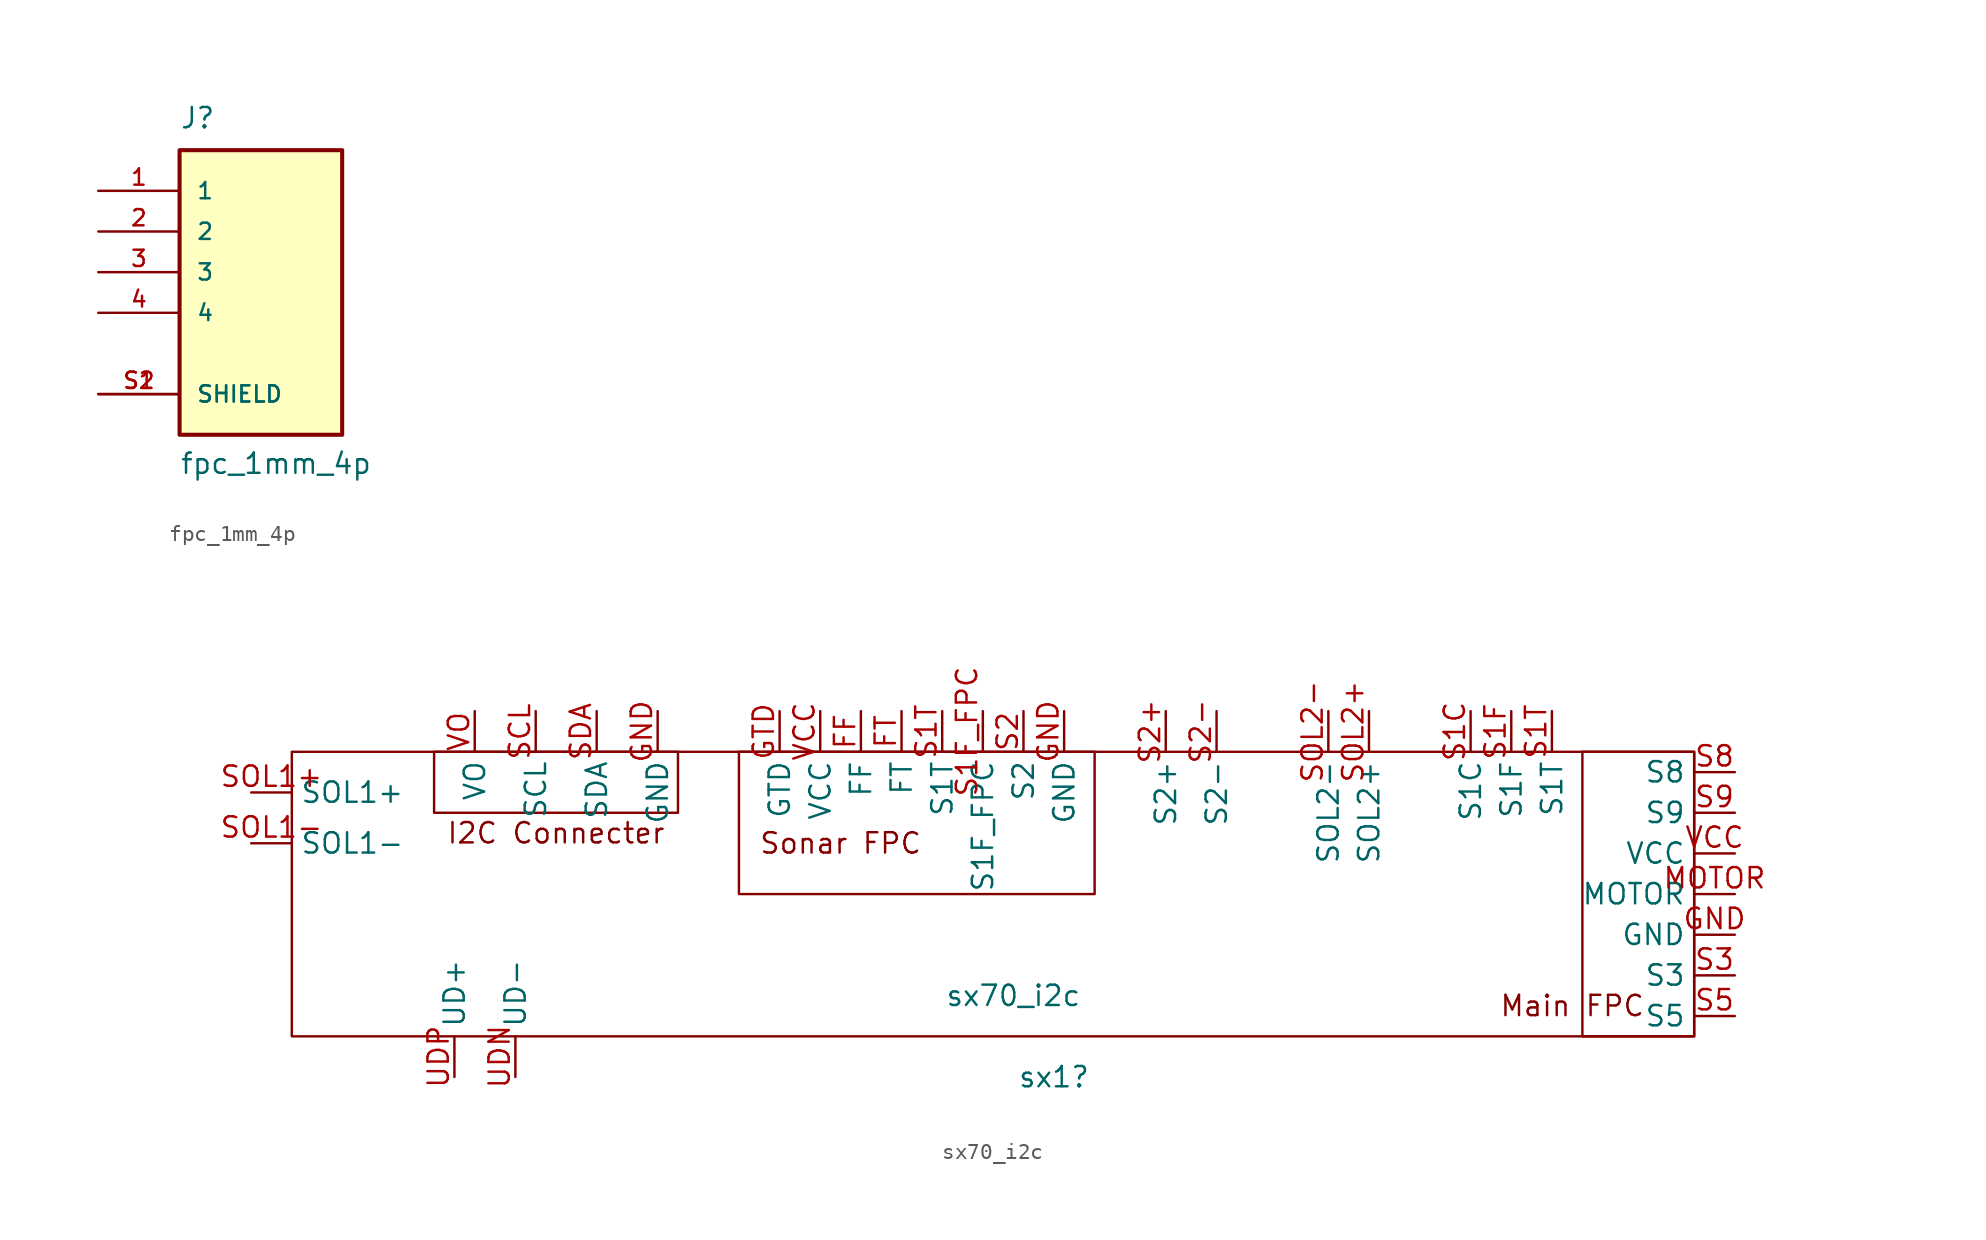
<source format=kicad_sym>
(kicad_symbol_lib
  (version 20220914)
  (generator kicad_symbol_editor)
  (symbol "fpc_1mm_4p"
    (pin_names
      (offset 1.016))
    (property "Reference" "J"
      (at -5.08 8.89 0)
      (effects (font (size 1.27 1.27)) (justify left bottom)))
    (property "Value" "fpc_1mm_4p"
      (at -5.08 -12.7 0)
      (effects (font (size 1.27 1.27)) (justify left bottom)))
    (symbol "fpc_1mm_4p_0_0"
      (rectangle (start -5.08 -10.16) (end 5.08 7.62) (stroke (width 0.254) (type default)) (fill (type background)))
      (pin passive line (at -10.16 5.08 0) (length 5.08) (name "1" (effects (font (size 1.016 1.016)))) (number "1" (effects (font (size 1.016 1.016)))))
      (pin passive line (at -10.16 2.54 0) (length 5.08) (name "2" (effects (font (size 1.016 1.016)))) (number "2" (effects (font (size 1.016 1.016)))))
      (pin passive line (at -10.16 0 0) (length 5.08) (name "3" (effects (font (size 1.016 1.016)))) (number "3" (effects (font (size 1.016 1.016)))))
      (pin passive line (at -10.16 -2.54 0) (length 5.08) (name "4" (effects (font (size 1.016 1.016)))) (number "4" (effects (font (size 1.016 1.016)))))
      (pin passive line (at -10.16 -7.62 0) (length 5.08) (name "SHIELD" (effects (font (size 1.016 1.016)))) (number "S1" (effects (font (size 1.016 1.016)))))
      (pin passive line (at -10.16 -7.62 0) (length 5.08) (name "SHIELD" (effects (font (size 1.016 1.016)))) (number "S2" (effects (font (size 1.016 1.016)))))))
  (symbol "sx70_i2c"
    (property "Reference" "sx1"
      (at 3.175 -13.97 0)
      (effects (font (size 1.27 1.27))))
    (property "Value" "sx70_i2c"
      (at 0.635 -8.89 0)
      (effects (font (size 1.27 1.27))))
    (symbol "sx70_i2c_0_1"
      (rectangle (start -44.45 6.35) (end 43.18 -11.43) (stroke (width 0) (type default)) (fill (type none)))
      (rectangle (start -16.51 6.35) (end 5.715 -2.54) (stroke (width 0) (type default)) (fill (type none))))
    (symbol "sx70_i2c_1_1"
      (rectangle (start -35.56 6.35) (end -20.32 2.54) (stroke (width 0) (type default)) (fill (type none)))
      (rectangle (start 36.195 6.35) (end 43.18 -11.43) (stroke (width 0) (type default)) (fill (type none)))
      (text "I2C Connecter" (at -27.94 1.27 0) (effects (font (size 1.27 1.27))))
      (text "Main FPC" (at 35.56 -9.525 0) (effects (font (size 1.27 1.27))))
      (text "Sonar FPC\n" (at -10.16 0.635 0) (effects (font (size 1.27 1.27))))
      (pin input line (at -8.89 8.89 270) (length 2.54) (name "FF" (effects (font (size 1.27 1.27)))) (number "FF" (effects (font (size 1.27 1.27)))))
      (pin input line (at -6.35 8.89 270) (length 2.54) (name "FT" (effects (font (size 1.27 1.27)))) (number "FT" (effects (font (size 1.27 1.27)))))
      (pin input line (at -21.59 8.89 270) (length 2.54) (name "GND" (effects (font (size 1.27 1.27)))) (number "GND" (effects (font (size 1.27 1.27)))))
      (pin input line (at 3.81 8.89 270) (length 2.54) (name "GND" (effects (font (size 1.27 1.27)))) (number "GND" (effects (font (size 1.27 1.27)))))
      (pin input line (at 45.72 -5.08 180) (length 2.54) (name "GND" (effects (font (size 1.27 1.27)))) (number "GND" (effects (font (size 1.27 1.27)))))
      (pin input line (at -13.97 8.89 270) (length 2.54) (name "GTD" (effects (font (size 1.27 1.27)))) (number "GTD" (effects (font (size 1.27 1.27)))))
      (pin input line (at 45.72 -2.54 180) (length 2.54) (name "MOTOR" (effects (font (size 1.27 1.27)))) (number "MOTOR" (effects (font (size 1.27 1.27)))))
      (pin input line (at 29.21 8.89 270) (length 2.54) (name "S1C" (effects (font (size 1.27 1.27)))) (number "S1C" (effects (font (size 1.27 1.27)))))
      (pin input line (at 31.75 8.89 270) (length 2.54) (name "S1F" (effects (font (size 1.27 1.27)))) (number "S1F" (effects (font (size 1.27 1.27)))))
      (pin input line (at -1.27 8.89 270) (length 2.54) (name "S1F_FPC" (effects (font (size 1.27 1.27)))) (number "S1F_FPC" (effects (font (size 1.27 1.27)))))
      (pin input line (at -3.81 8.89 270) (length 2.54) (name "S1T" (effects (font (size 1.27 1.27)))) (number "S1T" (effects (font (size 1.27 1.27)))))
      (pin input line (at 34.29 8.89 270) (length 2.54) (name "S1T" (effects (font (size 1.27 1.27)))) (number "S1T" (effects (font (size 1.27 1.27)))))
      (pin input line (at 1.27 8.89 270) (length 2.54) (name "S2" (effects (font (size 1.27 1.27)))) (number "S2" (effects (font (size 1.27 1.27)))))
      (pin input line (at 10.16 8.89 270) (length 2.54) (name "S2+" (effects (font (size 1.27 1.27)))) (number "S2+" (effects (font (size 1.27 1.27)))))
      (pin input line (at 13.335 8.89 270) (length 2.54) (name "S2-" (effects (font (size 1.27 1.27)))) (number "S2-" (effects (font (size 1.27 1.27)))))
      (pin input line (at 45.72 -7.62 180) (length 2.54) (name "S3" (effects (font (size 1.27 1.27)))) (number "S3" (effects (font (size 1.27 1.27)))))
      (pin input line (at 45.72 -10.16 180) (length 2.54) (name "S5" (effects (font (size 1.27 1.27)))) (number "S5" (effects (font (size 1.27 1.27)))))
      (pin input line (at 45.72 5.08 180) (length 2.54) (name "S8" (effects (font (size 1.27 1.27)))) (number "S8" (effects (font (size 1.27 1.27)))))
      (pin input line (at 45.72 2.54 180) (length 2.54) (name "S9" (effects (font (size 1.27 1.27)))) (number "S9" (effects (font (size 1.27 1.27)))))
      (pin input line (at -29.21 8.89 270) (length 2.54) (name "SCL" (effects (font (size 1.27 1.27)))) (number "SCL" (effects (font (size 1.27 1.27)))))
      (pin input line (at -25.4 8.89 270) (length 2.54) (name "SDA" (effects (font (size 1.27 1.27)))) (number "SDA" (effects (font (size 1.27 1.27)))))
      (pin input line (at -46.99 3.81 0) (length 2.54) (name "SOL1+" (effects (font (size 1.27 1.27)))) (number "SOL1+" (effects (font (size 1.27 1.27)))))
      (pin input line (at -46.99 0.635 0) (length 2.54) (name "SOL1-" (effects (font (size 1.27 1.27)))) (number "SOL1-" (effects (font (size 1.27 1.27)))))
      (pin input line (at 22.86 8.89 270) (length 2.54) (name "SOL2+" (effects (font (size 1.27 1.27)))) (number "SOL2+" (effects (font (size 1.27 1.27)))))
      (pin input line (at 20.32 8.89 270) (length 2.54) (name "SOL2-" (effects (font (size 1.27 1.27)))) (number "SOL2-" (effects (font (size 1.27 1.27)))))
      (pin input line (at -30.48 -13.97 90) (length 2.54) (name "UD-" (effects (font (size 1.27 1.27)))) (number "UDN" (effects (font (size 1.27 1.27)))))
      (pin input line (at -34.29 -13.97 90) (length 2.54) (name "UD+" (effects (font (size 1.27 1.27)))) (number "UDP" (effects (font (size 1.27 1.27)))))
      (pin input line (at -11.43 8.89 270) (length 2.54) (name "VCC" (effects (font (size 1.27 1.27)))) (number "VCC" (effects (font (size 1.27 1.27)))))
      (pin input line (at 45.72 0 180) (length 2.54) (name "VCC" (effects (font (size 1.27 1.27)))) (number "VCC" (effects (font (size 1.27 1.27)))))
      (pin input line (at -33.02 8.89 270) (length 2.54) (name "VO" (effects (font (size 1.27 1.27)))) (number "VO" (effects (font (size 1.27 1.27))))))))
</source>
